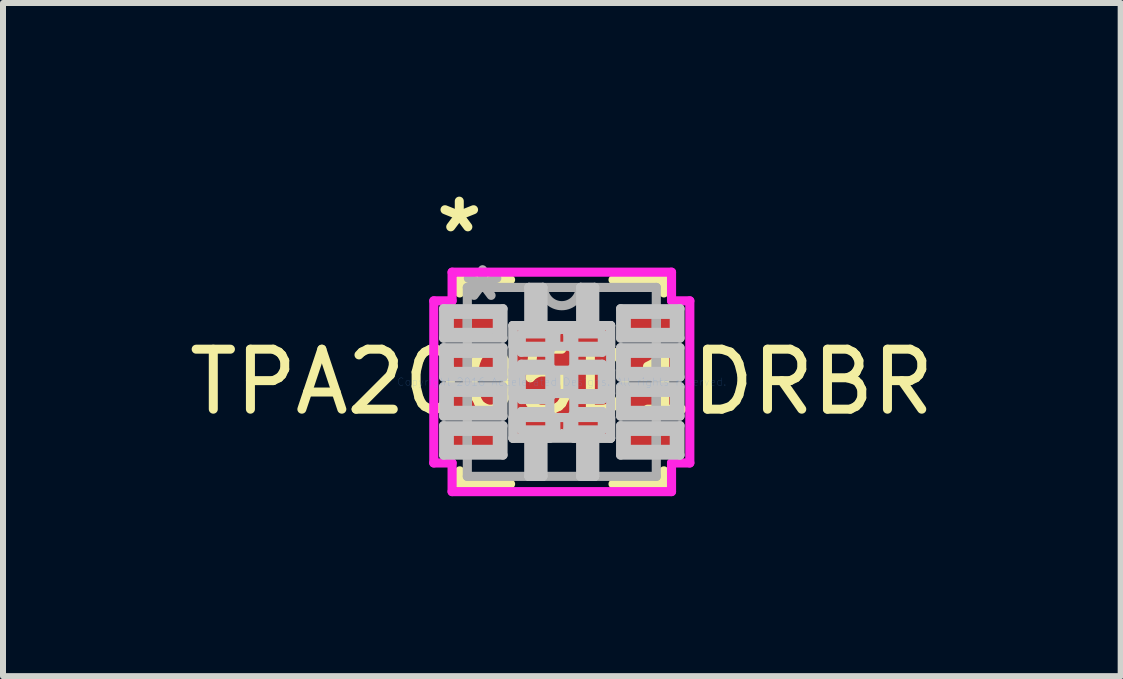
<source format=kicad_pcb>
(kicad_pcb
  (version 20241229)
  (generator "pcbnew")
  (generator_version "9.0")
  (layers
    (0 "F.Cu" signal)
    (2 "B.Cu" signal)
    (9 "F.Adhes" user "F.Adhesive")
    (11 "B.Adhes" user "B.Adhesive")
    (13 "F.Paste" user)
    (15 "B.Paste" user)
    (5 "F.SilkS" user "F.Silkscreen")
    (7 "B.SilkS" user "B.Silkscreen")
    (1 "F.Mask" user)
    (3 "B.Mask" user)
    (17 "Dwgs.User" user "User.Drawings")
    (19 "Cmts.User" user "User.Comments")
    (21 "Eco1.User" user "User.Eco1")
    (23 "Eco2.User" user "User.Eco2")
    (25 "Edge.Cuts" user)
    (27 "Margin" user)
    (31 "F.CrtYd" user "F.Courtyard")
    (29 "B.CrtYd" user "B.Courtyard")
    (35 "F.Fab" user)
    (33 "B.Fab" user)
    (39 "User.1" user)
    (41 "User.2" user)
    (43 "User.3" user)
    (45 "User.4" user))
  (footprint "TPA2005D1DRBR"
    (layer "F.Cu")
    (at 6.315 3.316)
    (property "Reference" "TPA2005D1DRBR" (at 0 0 0) (layer "F.SilkS") (effects (font (size 1 1) (thickness 0.15))))
    (attr through_hole)
    (fp_line (start -1.702 -1.702) (end -1.702 -1.483) (stroke (width 0.152) (type solid)) (layer "F.SilkS"))
    (fp_line (start -1.702 1.483) (end -1.702 1.702) (stroke (width 0.152) (type solid)) (layer "F.SilkS"))
    (fp_line (start -1.702 1.702) (end -0.854 1.702) (stroke (width 0.152) (type solid)) (layer "F.SilkS"))
    (fp_line (start -0.854 -1.702) (end -1.702 -1.702) (stroke (width 0.152) (type solid)) (layer "F.SilkS"))
    (fp_line (start 0.854 1.702) (end 1.702 1.702) (stroke (width 0.152) (type solid)) (layer "F.SilkS"))
    (fp_line (start 1.702 -1.702) (end 0.854 -1.702) (stroke (width 0.152) (type solid)) (layer "F.SilkS"))
    (fp_line (start 1.702 -1.483) (end 1.702 -1.702) (stroke (width 0.152) (type solid)) (layer "F.SilkS"))
    (fp_line (start 1.702 1.702) (end 1.702 1.483) (stroke (width 0.152) (type solid)) (layer "F.SilkS"))
    (fp_line (start -1.97 -1.22) (end -1.97 -0.73) (stroke (width 0.152) (type solid)) (layer "Dwgs.User"))
    (fp_line (start -1.97 -0.73) (end -0.98 -0.73) (stroke (width 0.152) (type solid)) (layer "Dwgs.User"))
    (fp_line (start -1.97 -0.57) (end -1.97 -0.08) (stroke (width 0.152) (type solid)) (layer "Dwgs.User"))
    (fp_line (start -1.97 -0.08) (end -0.98 -0.08) (stroke (width 0.152) (type solid)) (layer "Dwgs.User"))
    (fp_line (start -1.97 0.08) (end -1.97 0.57) (stroke (width 0.152) (type solid)) (layer "Dwgs.User"))
    (fp_line (start -1.97 0.57) (end -0.98 0.57) (stroke (width 0.152) (type solid)) (layer "Dwgs.User"))
    (fp_line (start -1.97 0.73) (end -1.97 1.22) (stroke (width 0.152) (type solid)) (layer "Dwgs.User"))
    (fp_line (start -1.97 1.22) (end -0.98 1.22) (stroke (width 0.152) (type solid)) (layer "Dwgs.User"))
    (fp_line (start -1.875 -1.125) (end -1.875 -0.825) (stroke (width 0.152) (type solid)) (layer "Dwgs.User"))
    (fp_line (start -1.875 -0.825) (end -1.075 -0.825) (stroke (width 0.152) (type solid)) (layer "Dwgs.User"))
    (fp_line (start -1.875 -0.475) (end -1.875 -0.175) (stroke (width 0.152) (type solid)) (layer "Dwgs.User"))
    (fp_line (start -1.875 -0.175) (end -1.075 -0.175) (stroke (width 0.152) (type solid)) (layer "Dwgs.User"))
    (fp_line (start -1.875 0.175) (end -1.875 0.475) (stroke (width 0.152) (type solid)) (layer "Dwgs.User"))
    (fp_line (start -1.875 0.475) (end -1.075 0.475) (stroke (width 0.152) (type solid)) (layer "Dwgs.User"))
    (fp_line (start -1.875 0.825) (end -1.875 1.125) (stroke (width 0.152) (type solid)) (layer "Dwgs.User"))
    (fp_line (start -1.875 1.125) (end -1.075 1.125) (stroke (width 0.152) (type solid)) (layer "Dwgs.User"))
    (fp_line (start -1.075 -1.125) (end -1.875 -1.125) (stroke (width 0.152) (type solid)) (layer "Dwgs.User"))
    (fp_line (start -1.075 -0.825) (end -1.075 -1.125) (stroke (width 0.152) (type solid)) (layer "Dwgs.User"))
    (fp_line (start -1.075 -0.475) (end -1.875 -0.475) (stroke (width 0.152) (type solid)) (layer "Dwgs.User"))
    (fp_line (start -1.075 -0.175) (end -1.075 -0.475) (stroke (width 0.152) (type solid)) (layer "Dwgs.User"))
    (fp_line (start -1.075 0.175) (end -1.875 0.175) (stroke (width 0.152) (type solid)) (layer "Dwgs.User"))
    (fp_line (start -1.075 0.475) (end -1.075 0.175) (stroke (width 0.152) (type solid)) (layer "Dwgs.User"))
    (fp_line (start -1.075 0.825) (end -1.875 0.825) (stroke (width 0.152) (type solid)) (layer "Dwgs.User"))
    (fp_line (start -1.075 1.125) (end -1.075 0.825) (stroke (width 0.152) (type solid)) (layer "Dwgs.User"))
    (fp_line (start -0.98 -1.22) (end -1.97 -1.22) (stroke (width 0.152) (type solid)) (layer "Dwgs.User"))
    (fp_line (start -0.98 -0.73) (end -0.98 -1.22) (stroke (width 0.152) (type solid)) (layer "Dwgs.User"))
    (fp_line (start -0.98 -0.57) (end -1.97 -0.57) (stroke (width 0.152) (type solid)) (layer "Dwgs.User"))
    (fp_line (start -0.98 -0.08) (end -0.98 -0.57) (stroke (width 0.152) (type solid)) (layer "Dwgs.User"))
    (fp_line (start -0.98 0.08) (end -1.97 0.08) (stroke (width 0.152) (type solid)) (layer "Dwgs.User"))
    (fp_line (start -0.98 0.57) (end -0.98 0.08) (stroke (width 0.152) (type solid)) (layer "Dwgs.User"))
    (fp_line (start -0.98 0.73) (end -1.97 0.73) (stroke (width 0.152) (type solid)) (layer "Dwgs.User"))
    (fp_line (start -0.98 1.22) (end -0.98 0.73) (stroke (width 0.152) (type solid)) (layer "Dwgs.User"))
    (fp_line (start -0.814 -0.939) (end -0.2 -0.939) (stroke (width 0.152) (type solid)) (layer "Dwgs.User"))
    (fp_line (start -0.814 -0.939) (end 0.814 -0.939) (stroke (width 0.152) (type solid)) (layer "Dwgs.User"))
    (fp_line (start -0.814 -0.594) (end -0.814 -0.939) (stroke (width 0.152) (type solid)) (layer "Dwgs.User"))
    (fp_line (start -0.814 -0.194) (end 0.814 -0.194) (stroke (width 0.152) (type solid)) (layer "Dwgs.User"))
    (fp_line (start -0.814 0.194) (end -0.814 -0.194) (stroke (width 0.152) (type solid)) (layer "Dwgs.User"))
    (fp_line (start -0.814 0.594) (end 0.814 0.594) (stroke (width 0.152) (type solid)) (layer "Dwgs.User"))
    (fp_line (start -0.814 0.939) (end -0.814 -0.939) (stroke (width 0.152) (type solid)) (layer "Dwgs.User"))
    (fp_line (start -0.814 0.939) (end -0.814 0.594) (stroke (width 0.152) (type solid)) (layer "Dwgs.User"))
    (fp_line (start -0.675 -0.8) (end -0.675 -0.494) (stroke (width 0.152) (type solid)) (layer "Dwgs.User"))
    (fp_line (start -0.675 -0.494) (end -0.241 -0.494) (stroke (width 0.152) (type solid)) (layer "Dwgs.User"))
    (fp_line (start -0.675 -0.294) (end -0.675 0.294) (stroke (width 0.152) (type solid)) (layer "Dwgs.User"))
    (fp_line (start -0.675 0.294) (end -0.241 0.294) (stroke (width 0.152) (type solid)) (layer "Dwgs.User"))
    (fp_line (start -0.675 0.494) (end -0.675 0.8) (stroke (width 0.152) (type solid)) (layer "Dwgs.User"))
    (fp_line (start -0.675 0.8) (end -0.1 0.8) (stroke (width 0.152) (type solid)) (layer "Dwgs.User"))
    (fp_line (start -0.547 -1.575) (end -0.317 -1.575) (stroke (width 0.152) (type solid)) (layer "Dwgs.User"))
    (fp_line (start -0.547 -1.575) (end -0.317 -1.575) (stroke (width 0.152) (type solid)) (layer "Dwgs.User"))
    (fp_line (start -0.547 -0.875) (end -0.547 -1.575) (stroke (width 0.152) (type solid)) (layer "Dwgs.User"))
    (fp_line (start -0.547 -0.875) (end -0.547 -1.575) (stroke (width 0.152) (type solid)) (layer "Dwgs.User"))
    (fp_line (start -0.547 0.875) (end -0.547 1.575) (stroke (width 0.152) (type solid)) (layer "Dwgs.User"))
    (fp_line (start -0.547 0.875) (end -0.547 1.575) (stroke (width 0.152) (type solid)) (layer "Dwgs.User"))
    (fp_line (start -0.547 1.575) (end -0.317 1.575) (stroke (width 0.152) (type solid)) (layer "Dwgs.User"))
    (fp_line (start -0.547 1.575) (end -0.317 1.575) (stroke (width 0.152) (type solid)) (layer "Dwgs.User"))
    (fp_line (start -0.496 -1.524) (end -0.368 -1.524) (stroke (width 0.152) (type solid)) (layer "Dwgs.User"))
    (fp_line (start -0.496 -0.926) (end -0.496 -1.524) (stroke (width 0.152) (type solid)) (layer "Dwgs.User"))
    (fp_line (start -0.496 0.926) (end -0.496 1.524) (stroke (width 0.152) (type solid)) (layer "Dwgs.User"))
    (fp_line (start -0.496 1.524) (end -0.368 1.524) (stroke (width 0.152) (type solid)) (layer "Dwgs.User"))
    (fp_line (start -0.368 -1.524) (end -0.368 -0.926) (stroke (width 0.152) (type solid)) (layer "Dwgs.User"))
    (fp_line (start -0.368 -0.926) (end -0.496 -0.926) (stroke (width 0.152) (type solid)) (layer "Dwgs.User"))
    (fp_line (start -0.368 0.926) (end -0.496 0.926) (stroke (width 0.152) (type solid)) (layer "Dwgs.User"))
    (fp_line (start -0.368 1.524) (end -0.368 0.926) (stroke (width 0.152) (type solid)) (layer "Dwgs.User"))
    (fp_line (start -0.317 -1.575) (end -0.317 -0.875) (stroke (width 0.152) (type solid)) (layer "Dwgs.User"))
    (fp_line (start -0.317 -1.575) (end -0.317 -0.875) (stroke (width 0.152) (type solid)) (layer "Dwgs.User"))
    (fp_line (start -0.317 -0.875) (end -0.547 -0.875) (stroke (width 0.152) (type solid)) (layer "Dwgs.User"))
    (fp_line (start -0.317 -0.875) (end -0.547 -0.875) (stroke (width 0.152) (type solid)) (layer "Dwgs.User"))
    (fp_line (start -0.317 0.875) (end -0.547 0.875) (stroke (width 0.152) (type solid)) (layer "Dwgs.User"))
    (fp_line (start -0.317 0.875) (end -0.547 0.875) (stroke (width 0.152) (type solid)) (layer "Dwgs.User"))
    (fp_line (start -0.317 1.575) (end -0.317 0.875) (stroke (width 0.152) (type solid)) (layer "Dwgs.User"))
    (fp_line (start -0.317 1.575) (end -0.317 0.875) (stroke (width 0.152) (type solid)) (layer "Dwgs.User"))
    (fp_line (start -0.241 -0.494) (end -0.241 -0.494) (stroke (width 0.152) (type solid)) (layer "Dwgs.User"))
    (fp_line (start -0.241 -0.494) (end -0.1 -0.635) (stroke (width 0.152) (type solid)) (layer "Dwgs.User"))
    (fp_line (start -0.241 -0.294) (end -0.675 -0.294) (stroke (width 0.152) (type solid)) (layer "Dwgs.User"))
    (fp_line (start -0.241 -0.294) (end -0.241 -0.294) (stroke (width 0.152) (type solid)) (layer "Dwgs.User"))
    (fp_line (start -0.241 0.294) (end -0.241 0.294) (stroke (width 0.152) (type solid)) (layer "Dwgs.User"))
    (fp_line (start -0.241 0.294) (end -0.1 0.152) (stroke (width 0.152) (type solid)) (layer "Dwgs.User"))
    (fp_line (start -0.241 0.494) (end -0.675 0.494) (stroke (width 0.152) (type solid)) (layer "Dwgs.User"))
    (fp_line (start -0.241 0.494) (end -0.241 0.494) (stroke (width 0.152) (type solid)) (layer "Dwgs.User"))
    (fp_line (start -0.2 -0.939) (end -0.2 0.939) (stroke (width 0.152) (type solid)) (layer "Dwgs.User"))
    (fp_line (start -0.2 0.939) (end -0.814 0.939) (stroke (width 0.152) (type solid)) (layer "Dwgs.User"))
    (fp_line (start -0.1 -0.8) (end -0.675 -0.8) (stroke (width 0.152) (type solid)) (layer "Dwgs.User"))
    (fp_line (start -0.1 -0.635) (end -0.1 -0.8) (stroke (width 0.152) (type solid)) (layer "Dwgs.User"))
    (fp_line (start -0.1 -0.635) (end -0.1 -0.635) (stroke (width 0.152) (type solid)) (layer "Dwgs.User"))
    (fp_line (start -0.1 -0.152) (end -0.241 -0.294) (stroke (width 0.152) (type solid)) (layer "Dwgs.User"))
    (fp_line (start -0.1 -0.152) (end -0.1 -0.152) (stroke (width 0.152) (type solid)) (layer "Dwgs.User"))
    (fp_line (start -0.1 0.152) (end -0.1 -0.152) (stroke (width 0.152) (type solid)) (layer "Dwgs.User"))
    (fp_line (start -0.1 0.152) (end -0.1 0.152) (stroke (width 0.152) (type solid)) (layer "Dwgs.User"))
    (fp_line (start -0.1 0.635) (end -0.241 0.494) (stroke (width 0.152) (type solid)) (layer "Dwgs.User"))
    (fp_line (start -0.1 0.635) (end -0.1 0.635) (stroke (width 0.152) (type solid)) (layer "Dwgs.User"))
    (fp_line (start -0.1 0.8) (end -0.1 0.635) (stroke (width 0.152) (type solid)) (layer "Dwgs.User"))
    (fp_line (start 0 -0.875) (end 0 -0.875) (stroke (width 0.152) (type solid)) (layer "Dwgs.User"))
    (fp_line (start 0 -0.875) (end 0 -0.875) (stroke (width 0.152) (type solid)) (layer "Dwgs.User"))
    (fp_line (start 0 -0.875) (end 0 -0.875) (stroke (width 0.152) (type solid)) (layer "Dwgs.User"))
    (fp_line (start 0 -0.875) (end 0 -0.875) (stroke (width 0.152) (type solid)) (layer "Dwgs.User"))
    (fp_line (start 0 -0.875) (end 0 -0.875) (stroke (width 0.152) (type solid)) (layer "Dwgs.User"))
    (fp_line (start 0 -0.875) (end 0 -0.875) (stroke (width 0.152) (type solid)) (layer "Dwgs.User"))
    (fp_line (start 0 -0.875) (end 0 -0.875) (stroke (width 0.152) (type solid)) (layer "Dwgs.User"))
    (fp_line (start 0 -0.875) (end 0 -0.875) (stroke (width 0.152) (type solid)) (layer "Dwgs.User"))
    (fp_line (start 0 -0.875) (end 0 -0.875) (stroke (width 0.152) (type solid)) (layer "Dwgs.User"))
    (fp_line (start 0 -0.875) (end 0 -0.875) (stroke (width 0.152) (type solid)) (layer "Dwgs.User"))
    (fp_line (start 0 -0.875) (end 0 -0.875) (stroke (width 0.152) (type solid)) (layer "Dwgs.User"))
    (fp_line (start 0 -0.875) (end 0 -0.875) (stroke (width 0.152) (type solid)) (layer "Dwgs.User"))
    (fp_line (start 0 -0.875) (end 0 -0.875) (stroke (width 0.152) (type solid)) (layer "Dwgs.User"))
    (fp_line (start 0 -0.875) (end 0 -0.875) (stroke (width 0.152) (type solid)) (layer "Dwgs.User"))
    (fp_line (start 0 -0.875) (end 0 -0.875) (stroke (width 0.152) (type solid)) (layer "Dwgs.User"))
    (fp_line (start 0 -0.875) (end 0 -0.875) (stroke (width 0.152) (type solid)) (layer "Dwgs.User"))
    (fp_line (start 0 -0.875) (end 0 -0.875) (stroke (width 0.152) (type solid)) (layer "Dwgs.User"))
    (fp_line (start 0 -0.875) (end 0 -0.875) (stroke (width 0.152) (type solid)) (layer "Dwgs.User"))
    (fp_line (start 0 -0.875) (end 0 -0.875) (stroke (width 0.152) (type solid)) (layer "Dwgs.User"))
    (fp_line (start 0 -0.875) (end 0 -0.875) (stroke (width 0.152) (type solid)) (layer "Dwgs.User"))
    (fp_line (start 0 -0.875) (end 0 -0.875) (stroke (width 0.152) (type solid)) (layer "Dwgs.User"))
    (fp_line (start 0 -0.875) (end 0 -0.875) (stroke (width 0.152) (type solid)) (layer "Dwgs.User"))
    (fp_line (start 0 -0.875) (end 0 -0.875) (stroke (width 0.152) (type solid)) (layer "Dwgs.User"))
    (fp_line (start 0 -0.875) (end 0 -0.875) (stroke (width 0.152) (type solid)) (layer "Dwgs.User"))
    (fp_line (start 0 0.875) (end 0 0.875) (stroke (width 0.152) (type solid)) (layer "Dwgs.User"))
    (fp_line (start 0 0.875) (end 0 0.875) (stroke (width 0.152) (type solid)) (layer "Dwgs.User"))
    (fp_line (start 0 0.875) (end 0 0.875) (stroke (width 0.152) (type solid)) (layer "Dwgs.User"))
    (fp_line (start 0 0.875) (end 0 0.875) (stroke (width 0.152) (type solid)) (layer "Dwgs.User"))
    (fp_line (start 0 0.875) (end 0 0.875) (stroke (width 0.152) (type solid)) (layer "Dwgs.User"))
    (fp_line (start 0 0.875) (end 0 0.875) (stroke (width 0.152) (type solid)) (layer "Dwgs.User"))
    (fp_line (start 0 0.875) (end 0 0.875) (stroke (width 0.152) (type solid)) (layer "Dwgs.User"))
    (fp_line (start 0 0.875) (end 0 0.875) (stroke (width 0.152) (type solid)) (layer "Dwgs.User"))
    (fp_line (start 0 0.875) (end 0 0.875) (stroke (width 0.152) (type solid)) (layer "Dwgs.User"))
    (fp_line (start 0 0.875) (end 0 0.875) (stroke (width 0.152) (type solid)) (layer "Dwgs.User"))
    (fp_line (start 0 0.875) (end 0 0.875) (stroke (width 0.152) (type solid)) (layer "Dwgs.User"))
    (fp_line (start 0 0.875) (end 0 0.875) (stroke (width 0.152) (type solid)) (layer "Dwgs.User"))
    (fp_line (start 0 0.875) (end 0 0.875) (stroke (width 0.152) (type solid)) (layer "Dwgs.User"))
    (fp_line (start 0 0.875) (end 0 0.875) (stroke (width 0.152) (type solid)) (layer "Dwgs.User"))
    (fp_line (start 0 0.875) (end 0 0.875) (stroke (width 0.152) (type solid)) (layer "Dwgs.User"))
    (fp_line (start 0 0.875) (end 0 0.875) (stroke (width 0.152) (type solid)) (layer "Dwgs.User"))
    (fp_line (start 0 0.875) (end 0 0.875) (stroke (width 0.152) (type solid)) (layer "Dwgs.User"))
    (fp_line (start 0 0.875) (end 0 0.875) (stroke (width 0.152) (type solid)) (layer "Dwgs.User"))
    (fp_line (start 0 0.875) (end 0 0.875) (stroke (width 0.152) (type solid)) (layer "Dwgs.User"))
    (fp_line (start 0 0.875) (end 0 0.875) (stroke (width 0.152) (type solid)) (layer "Dwgs.User"))
    (fp_line (start 0 0.875) (end 0 0.875) (stroke (width 0.152) (type solid)) (layer "Dwgs.User"))
    (fp_line (start 0 0.875) (end 0 0.875) (stroke (width 0.152) (type solid)) (layer "Dwgs.User"))
    (fp_line (start 0 0.875) (end 0 0.875) (stroke (width 0.152) (type solid)) (layer "Dwgs.User"))
    (fp_line (start 0 0.875) (end 0 0.875) (stroke (width 0.152) (type solid)) (layer "Dwgs.User"))
    (fp_line (start 0.1 -0.8) (end 0.1 -0.635) (stroke (width 0.152) (type solid)) (layer "Dwgs.User"))
    (fp_line (start 0.1 -0.635) (end 0.1 -0.635) (stroke (width 0.152) (type solid)) (layer "Dwgs.User"))
    (fp_line (start 0.1 -0.635) (end 0.241 -0.494) (stroke (width 0.152) (type solid)) (layer "Dwgs.User"))
    (fp_line (start 0.1 -0.152) (end 0.1 -0.152) (stroke (width 0.152) (type solid)) (layer "Dwgs.User"))
    (fp_line (start 0.1 -0.152) (end 0.1 0.152) (stroke (width 0.152) (type solid)) (layer "Dwgs.User"))
    (fp_line (start 0.1 0.152) (end 0.1 0.152) (stroke (width 0.152) (type solid)) (layer "Dwgs.User"))
    (fp_line (start 0.1 0.152) (end 0.241 0.294) (stroke (width 0.152) (type solid)) (layer "Dwgs.User"))
    (fp_line (start 0.1 0.635) (end 0.1 0.635) (stroke (width 0.152) (type solid)) (layer "Dwgs.User"))
    (fp_line (start 0.1 0.635) (end 0.1 0.8) (stroke (width 0.152) (type solid)) (layer "Dwgs.User"))
    (fp_line (start 0.1 0.8) (end 0.675 0.8) (stroke (width 0.152) (type solid)) (layer "Dwgs.User"))
    (fp_line (start 0.2 -0.939) (end 0.814 -0.939) (stroke (width 0.152) (type solid)) (layer "Dwgs.User"))
    (fp_line (start 0.2 0.939) (end 0.2 -0.939) (stroke (width 0.152) (type solid)) (layer "Dwgs.User"))
    (fp_line (start 0.241 -0.494) (end 0.241 -0.494) (stroke (width 0.152) (type solid)) (layer "Dwgs.User"))
    (fp_line (start 0.241 -0.494) (end 0.675 -0.494) (stroke (width 0.152) (type solid)) (layer "Dwgs.User"))
    (fp_line (start 0.241 -0.294) (end 0.1 -0.152) (stroke (width 0.152) (type solid)) (layer "Dwgs.User"))
    (fp_line (start 0.241 -0.294) (end 0.241 -0.294) (stroke (width 0.152) (type solid)) (layer "Dwgs.User"))
    (fp_line (start 0.241 0.294) (end 0.241 0.294) (stroke (width 0.152) (type solid)) (layer "Dwgs.User"))
    (fp_line (start 0.241 0.294) (end 0.675 0.294) (stroke (width 0.152) (type solid)) (layer "Dwgs.User"))
    (fp_line (start 0.241 0.494) (end 0.1 0.635) (stroke (width 0.152) (type solid)) (layer "Dwgs.User"))
    (fp_line (start 0.241 0.494) (end 0.241 0.494) (stroke (width 0.152) (type solid)) (layer "Dwgs.User"))
    (fp_line (start 0.317 -1.575) (end 0.317 -0.875) (stroke (width 0.152) (type solid)) (layer "Dwgs.User"))
    (fp_line (start 0.317 -1.575) (end 0.317 -0.875) (stroke (width 0.152) (type solid)) (layer "Dwgs.User"))
    (fp_line (start 0.317 -0.875) (end 0.547 -0.875) (stroke (width 0.152) (type solid)) (layer "Dwgs.User"))
    (fp_line (start 0.317 -0.875) (end 0.547 -0.875) (stroke (width 0.152) (type solid)) (layer "Dwgs.User"))
    (fp_line (start 0.317 0.875) (end 0.547 0.875) (stroke (width 0.152) (type solid)) (layer "Dwgs.User"))
    (fp_line (start 0.317 0.875) (end 0.547 0.875) (stroke (width 0.152) (type solid)) (layer "Dwgs.User"))
    (fp_line (start 0.317 1.575) (end 0.317 0.875) (stroke (width 0.152) (type solid)) (layer "Dwgs.User"))
    (fp_line (start 0.317 1.575) (end 0.317 0.875) (stroke (width 0.152) (type solid)) (layer "Dwgs.User"))
    (fp_line (start 0.368 -1.524) (end 0.368 -0.926) (stroke (width 0.152) (type solid)) (layer "Dwgs.User"))
    (fp_line (start 0.368 -0.926) (end 0.496 -0.926) (stroke (width 0.152) (type solid)) (layer "Dwgs.User"))
    (fp_line (start 0.368 0.926) (end 0.496 0.926) (stroke (width 0.152) (type solid)) (layer "Dwgs.User"))
    (fp_line (start 0.368 1.524) (end 0.368 0.926) (stroke (width 0.152) (type solid)) (layer "Dwgs.User"))
    (fp_line (start 0.496 -1.524) (end 0.368 -1.524) (stroke (width 0.152) (type solid)) (layer "Dwgs.User"))
    (fp_line (start 0.496 -0.926) (end 0.496 -1.524) (stroke (width 0.152) (type solid)) (layer "Dwgs.User"))
    (fp_line (start 0.496 0.926) (end 0.496 1.524) (stroke (width 0.152) (type solid)) (layer "Dwgs.User"))
    (fp_line (start 0.496 1.524) (end 0.368 1.524) (stroke (width 0.152) (type solid)) (layer "Dwgs.User"))
    (fp_line (start 0.547 -1.575) (end 0.317 -1.575) (stroke (width 0.152) (type solid)) (layer "Dwgs.User"))
    (fp_line (start 0.547 -1.575) (end 0.317 -1.575) (stroke (width 0.152) (type solid)) (layer "Dwgs.User"))
    (fp_line (start 0.547 -0.875) (end 0.547 -1.575) (stroke (width 0.152) (type solid)) (layer "Dwgs.User"))
    (fp_line (start 0.547 -0.875) (end 0.547 -1.575) (stroke (width 0.152) (type solid)) (layer "Dwgs.User"))
    (fp_line (start 0.547 0.875) (end 0.547 1.575) (stroke (width 0.152) (type solid)) (layer "Dwgs.User"))
    (fp_line (start 0.547 0.875) (end 0.547 1.575) (stroke (width 0.152) (type solid)) (layer "Dwgs.User"))
    (fp_line (start 0.547 1.575) (end 0.317 1.575) (stroke (width 0.152) (type solid)) (layer "Dwgs.User"))
    (fp_line (start 0.547 1.575) (end 0.317 1.575) (stroke (width 0.152) (type solid)) (layer "Dwgs.User"))
    (fp_line (start 0.675 -0.8) (end 0.1 -0.8) (stroke (width 0.152) (type solid)) (layer "Dwgs.User"))
    (fp_line (start 0.675 -0.494) (end 0.675 -0.8) (stroke (width 0.152) (type solid)) (layer "Dwgs.User"))
    (fp_line (start 0.675 -0.294) (end 0.241 -0.294) (stroke (width 0.152) (type solid)) (layer "Dwgs.User"))
    (fp_line (start 0.675 0.294) (end 0.675 -0.294) (stroke (width 0.152) (type solid)) (layer "Dwgs.User"))
    (fp_line (start 0.675 0.494) (end 0.241 0.494) (stroke (width 0.152) (type solid)) (layer "Dwgs.User"))
    (fp_line (start 0.675 0.8) (end 0.675 0.494) (stroke (width 0.152) (type solid)) (layer "Dwgs.User"))
    (fp_line (start 0.814 -0.939) (end 0.814 -0.594) (stroke (width 0.152) (type solid)) (layer "Dwgs.User"))
    (fp_line (start 0.814 -0.939) (end 0.814 0.939) (stroke (width 0.152) (type solid)) (layer "Dwgs.User"))
    (fp_line (start 0.814 -0.594) (end -0.814 -0.594) (stroke (width 0.152) (type solid)) (layer "Dwgs.User"))
    (fp_line (start 0.814 -0.194) (end 0.814 0.194) (stroke (width 0.152) (type solid)) (layer "Dwgs.User"))
    (fp_line (start 0.814 0.194) (end -0.814 0.194) (stroke (width 0.152) (type solid)) (layer "Dwgs.User"))
    (fp_line (start 0.814 0.594) (end 0.814 0.939) (stroke (width 0.152) (type solid)) (layer "Dwgs.User"))
    (fp_line (start 0.814 0.939) (end -0.814 0.939) (stroke (width 0.152) (type solid)) (layer "Dwgs.User"))
    (fp_line (start 0.814 0.939) (end 0.2 0.939) (stroke (width 0.152) (type solid)) (layer "Dwgs.User"))
    (fp_line (start 0.98 -1.22) (end 0.98 -0.73) (stroke (width 0.152) (type solid)) (layer "Dwgs.User"))
    (fp_line (start 0.98 -0.73) (end 1.97 -0.73) (stroke (width 0.152) (type solid)) (layer "Dwgs.User"))
    (fp_line (start 0.98 -0.57) (end 0.98 -0.08) (stroke (width 0.152) (type solid)) (layer "Dwgs.User"))
    (fp_line (start 0.98 -0.08) (end 1.97 -0.08) (stroke (width 0.152) (type solid)) (layer "Dwgs.User"))
    (fp_line (start 0.98 0.08) (end 0.98 0.57) (stroke (width 0.152) (type solid)) (layer "Dwgs.User"))
    (fp_line (start 0.98 0.57) (end 1.97 0.57) (stroke (width 0.152) (type solid)) (layer "Dwgs.User"))
    (fp_line (start 0.98 0.73) (end 0.98 1.22) (stroke (width 0.152) (type solid)) (layer "Dwgs.User"))
    (fp_line (start 0.98 1.22) (end 1.97 1.22) (stroke (width 0.152) (type solid)) (layer "Dwgs.User"))
    (fp_line (start 1.075 -1.125) (end 1.075 -0.825) (stroke (width 0.152) (type solid)) (layer "Dwgs.User"))
    (fp_line (start 1.075 -0.825) (end 1.875 -0.825) (stroke (width 0.152) (type solid)) (layer "Dwgs.User"))
    (fp_line (start 1.075 -0.475) (end 1.075 -0.175) (stroke (width 0.152) (type solid)) (layer "Dwgs.User"))
    (fp_line (start 1.075 -0.175) (end 1.875 -0.175) (stroke (width 0.152) (type solid)) (layer "Dwgs.User"))
    (fp_line (start 1.075 0.175) (end 1.075 0.475) (stroke (width 0.152) (type solid)) (layer "Dwgs.User"))
    (fp_line (start 1.075 0.475) (end 1.875 0.475) (stroke (width 0.152) (type solid)) (layer "Dwgs.User"))
    (fp_line (start 1.075 0.825) (end 1.075 1.125) (stroke (width 0.152) (type solid)) (layer "Dwgs.User"))
    (fp_line (start 1.075 1.125) (end 1.875 1.125) (stroke (width 0.152) (type solid)) (layer "Dwgs.User"))
    (fp_line (start 1.875 -1.125) (end 1.075 -1.125) (stroke (width 0.152) (type solid)) (layer "Dwgs.User"))
    (fp_line (start 1.875 -0.825) (end 1.875 -1.125) (stroke (width 0.152) (type solid)) (layer "Dwgs.User"))
    (fp_line (start 1.875 -0.475) (end 1.075 -0.475) (stroke (width 0.152) (type solid)) (layer "Dwgs.User"))
    (fp_line (start 1.875 -0.175) (end 1.875 -0.475) (stroke (width 0.152) (type solid)) (layer "Dwgs.User"))
    (fp_line (start 1.875 0.175) (end 1.075 0.175) (stroke (width 0.152) (type solid)) (layer "Dwgs.User"))
    (fp_line (start 1.875 0.475) (end 1.875 0.175) (stroke (width 0.152) (type solid)) (layer "Dwgs.User"))
    (fp_line (start 1.875 0.825) (end 1.075 0.825) (stroke (width 0.152) (type solid)) (layer "Dwgs.User"))
    (fp_line (start 1.875 1.125) (end 1.875 0.825) (stroke (width 0.152) (type solid)) (layer "Dwgs.User"))
    (fp_line (start 1.97 -1.22) (end 0.98 -1.22) (stroke (width 0.152) (type solid)) (layer "Dwgs.User"))
    (fp_line (start 1.97 -0.73) (end 1.97 -1.22) (stroke (width 0.152) (type solid)) (layer "Dwgs.User"))
    (fp_line (start 1.97 -0.57) (end 0.98 -0.57) (stroke (width 0.152) (type solid)) (layer "Dwgs.User"))
    (fp_line (start 1.97 -0.08) (end 1.97 -0.57) (stroke (width 0.152) (type solid)) (layer "Dwgs.User"))
    (fp_line (start 1.97 0.08) (end 0.98 0.08) (stroke (width 0.152) (type solid)) (layer "Dwgs.User"))
    (fp_line (start 1.97 0.57) (end 1.97 0.08) (stroke (width 0.152) (type solid)) (layer "Dwgs.User"))
    (fp_line (start 1.97 0.73) (end 0.98 0.73) (stroke (width 0.152) (type solid)) (layer "Dwgs.User"))
    (fp_line (start 1.97 1.22) (end 1.97 0.73) (stroke (width 0.152) (type solid)) (layer "Dwgs.User"))
    (fp_circle (center 0 -0.394) (end 0.191 -0.394) (stroke (width 0.152) (type solid)) (fill no) (layer "Eco1.User"))
    (fp_circle (center 0 0.394) (end 0.191 0.394) (stroke (width 0.152) (type solid)) (fill no) (layer "Eco1.User"))
    (fp_line (start -2.134 -1.351) (end -1.829 -1.351) (stroke (width 0.152) (type solid)) (layer "F.CrtYd"))
    (fp_line (start -2.134 1.351) (end -2.134 -1.351) (stroke (width 0.152) (type solid)) (layer "F.CrtYd"))
    (fp_line (start -1.829 -1.829) (end 1.829 -1.829) (stroke (width 0.152) (type solid)) (layer "F.CrtYd"))
    (fp_line (start -1.829 -1.351) (end -1.829 -1.829) (stroke (width 0.152) (type solid)) (layer "F.CrtYd"))
    (fp_line (start -1.829 1.351) (end -2.134 1.351) (stroke (width 0.152) (type solid)) (layer "F.CrtYd"))
    (fp_line (start -1.829 1.829) (end -1.829 1.351) (stroke (width 0.152) (type solid)) (layer "F.CrtYd"))
    (fp_line (start 1.829 -1.829) (end 1.829 -1.351) (stroke (width 0.152) (type solid)) (layer "F.CrtYd"))
    (fp_line (start 1.829 -1.351) (end 2.134 -1.351) (stroke (width 0.152) (type solid)) (layer "F.CrtYd"))
    (fp_line (start 1.829 1.351) (end 1.829 1.829) (stroke (width 0.152) (type solid)) (layer "F.CrtYd"))
    (fp_line (start 1.829 1.829) (end -1.829 1.829) (stroke (width 0.152) (type solid)) (layer "F.CrtYd"))
    (fp_line (start 2.134 -1.351) (end 2.134 1.351) (stroke (width 0.152) (type solid)) (layer "F.CrtYd"))
    (fp_line (start 2.134 1.351) (end 1.829 1.351) (stroke (width 0.152) (type solid)) (layer "F.CrtYd"))
    (fp_line (start -1.575 -1.575) (end -1.575 1.575) (stroke (width 0.152) (type solid)) (layer "F.Fab"))
    (fp_line (start -1.575 -1.16) (end -1.575 -1.16) (stroke (width 0.152) (type solid)) (layer "F.Fab"))
    (fp_line (start -1.575 -1.16) (end -1.575 -0.79) (stroke (width 0.152) (type solid)) (layer "F.Fab"))
    (fp_line (start -1.575 -0.79) (end -1.575 -1.16) (stroke (width 0.152) (type solid)) (layer "F.Fab"))
    (fp_line (start -1.575 -0.79) (end -1.575 -0.79) (stroke (width 0.152) (type solid)) (layer "F.Fab"))
    (fp_line (start -1.575 -0.51) (end -1.575 -0.51) (stroke (width 0.152) (type solid)) (layer "F.Fab"))
    (fp_line (start -1.575 -0.51) (end -1.575 -0.14) (stroke (width 0.152) (type solid)) (layer "F.Fab"))
    (fp_line (start -1.575 -0.14) (end -1.575 -0.51) (stroke (width 0.152) (type solid)) (layer "F.Fab"))
    (fp_line (start -1.575 -0.14) (end -1.575 -0.14) (stroke (width 0.152) (type solid)) (layer "F.Fab"))
    (fp_line (start -1.575 0.14) (end -1.575 0.14) (stroke (width 0.152) (type solid)) (layer "F.Fab"))
    (fp_line (start -1.575 0.14) (end -1.575 0.51) (stroke (width 0.152) (type solid)) (layer "F.Fab"))
    (fp_line (start -1.575 0.51) (end -1.575 0.14) (stroke (width 0.152) (type solid)) (layer "F.Fab"))
    (fp_line (start -1.575 0.51) (end -1.575 0.51) (stroke (width 0.152) (type solid)) (layer "F.Fab"))
    (fp_line (start -1.575 0.79) (end -1.575 0.79) (stroke (width 0.152) (type solid)) (layer "F.Fab"))
    (fp_line (start -1.575 0.79) (end -1.575 1.16) (stroke (width 0.152) (type solid)) (layer "F.Fab"))
    (fp_line (start -1.575 1.16) (end -1.575 0.79) (stroke (width 0.152) (type solid)) (layer "F.Fab"))
    (fp_line (start -1.575 1.16) (end -1.575 1.16) (stroke (width 0.152) (type solid)) (layer "F.Fab"))
    (fp_line (start -1.575 1.575) (end 1.575 1.575) (stroke (width 0.152) (type solid)) (layer "F.Fab"))
    (fp_line (start 1.575 -1.575) (end -1.575 -1.575) (stroke (width 0.152) (type solid)) (layer "F.Fab"))
    (fp_line (start 1.575 -1.16) (end 1.575 -1.16) (stroke (width 0.152) (type solid)) (layer "F.Fab"))
    (fp_line (start 1.575 -1.16) (end 1.575 -0.79) (stroke (width 0.152) (type solid)) (layer "F.Fab"))
    (fp_line (start 1.575 -0.79) (end 1.575 -1.16) (stroke (width 0.152) (type solid)) (layer "F.Fab"))
    (fp_line (start 1.575 -0.79) (end 1.575 -0.79) (stroke (width 0.152) (type solid)) (layer "F.Fab"))
    (fp_line (start 1.575 -0.51) (end 1.575 -0.51) (stroke (width 0.152) (type solid)) (layer "F.Fab"))
    (fp_line (start 1.575 -0.51) (end 1.575 -0.14) (stroke (width 0.152) (type solid)) (layer "F.Fab"))
    (fp_line (start 1.575 -0.14) (end 1.575 -0.51) (stroke (width 0.152) (type solid)) (layer "F.Fab"))
    (fp_line (start 1.575 -0.14) (end 1.575 -0.14) (stroke (width 0.152) (type solid)) (layer "F.Fab"))
    (fp_line (start 1.575 0.14) (end 1.575 0.14) (stroke (width 0.152) (type solid)) (layer "F.Fab"))
    (fp_line (start 1.575 0.14) (end 1.575 0.51) (stroke (width 0.152) (type solid)) (layer "F.Fab"))
    (fp_line (start 1.575 0.51) (end 1.575 0.14) (stroke (width 0.152) (type solid)) (layer "F.Fab"))
    (fp_line (start 1.575 0.51) (end 1.575 0.51) (stroke (width 0.152) (type solid)) (layer "F.Fab"))
    (fp_line (start 1.575 0.79) (end 1.575 0.79) (stroke (width 0.152) (type solid)) (layer "F.Fab"))
    (fp_line (start 1.575 0.79) (end 1.575 1.16) (stroke (width 0.152) (type solid)) (layer "F.Fab"))
    (fp_line (start 1.575 1.16) (end 1.575 0.79) (stroke (width 0.152) (type solid)) (layer "F.Fab"))
    (fp_line (start 1.575 1.16) (end 1.575 1.16) (stroke (width 0.152) (type solid)) (layer "F.Fab"))
    (fp_line (start 1.575 1.575) (end 1.575 -1.575) (stroke (width 0.152) (type solid)) (layer "F.Fab"))
    (fp_arc (start 0.3048 -1.574999) (mid 0 -1.270199) (end -0.3048 -1.574999) (stroke (width 0.1524) (type solid)) (layer "F.Fab"))
    (fp_text user "*" (at -1.709 -2.468 0) (layer "F.SilkS") (effects (font (size 1 1) (thickness 0.15))))
    (fp_text user "Copyright 2016 Accelerated Designs. All rights reserved." (at 0 0 0) (layer "Cmts.User") (effects (font (size 0.127 0.127) (thickness 0.002))))
    (fp_text user "*" (at -1.321 -1.325 0) (layer "F.Fab") (effects (font (size 1 1) (thickness 0.15))))
    (pad "1" smd rect (at -1.475 -0.975) (size 0.85 0.35) (layers "F.Cu" "F.Mask" "F.Paste"))
    (pad "2" smd rect (at -1.475 -0.325) (size 0.85 0.35) (layers "F.Cu" "F.Mask" "F.Paste"))
    (pad "3" smd rect (at -1.475 0.325) (size 0.85 0.35) (layers "F.Cu" "F.Mask" "F.Paste"))
    (pad "4" smd rect (at -1.475 0.975) (size 0.85 0.35) (layers "F.Cu" "F.Mask" "F.Paste"))
    (pad "5" smd rect (at 1.475 0.975) (size 0.85 0.35) (layers "F.Cu" "F.Mask" "F.Paste"))
    (pad "6" smd rect (at 1.475 0.325) (size 0.85 0.35) (layers "F.Cu" "F.Mask" "F.Paste"))
    (pad "7" smd rect (at 1.475 -0.325) (size 0.85 0.35) (layers "F.Cu" "F.Mask" "F.Paste"))
    (pad "8" smd rect (at 1.475 -0.975) (size 0.85 0.35) (layers "F.Cu" "F.Mask" "F.Paste"))
    (pad "9" smd rect (at 0 0) (size 1.5 1.75) (layers "F.Cu" "F.Mask" "F.Paste")))
  (gr_rect
    (start -3 -3)
    (end 15.631 8.221)
    (stroke (width 0.1) (type default))
    (fill no)
    (layer "Edge.Cuts")))
</source>
